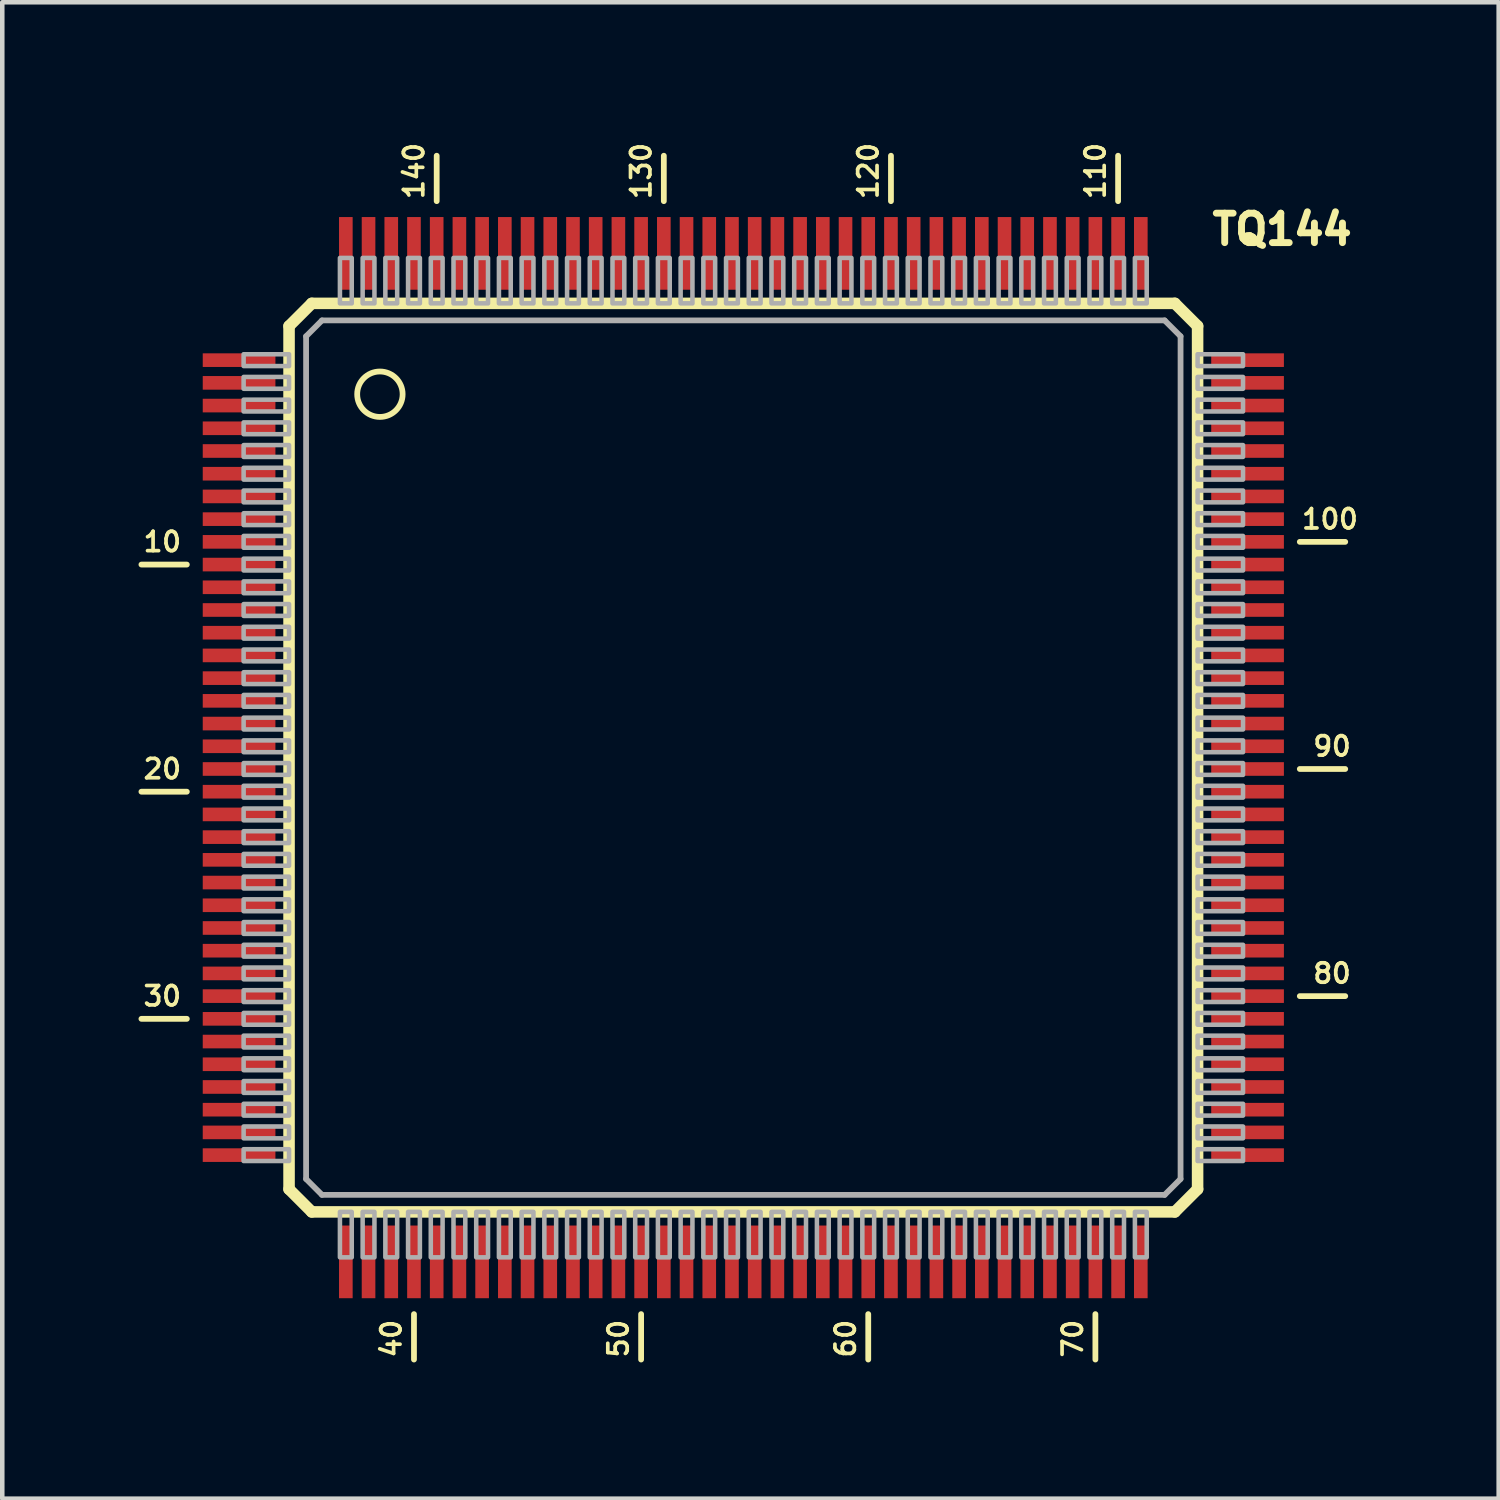
<source format=kicad_pcb>
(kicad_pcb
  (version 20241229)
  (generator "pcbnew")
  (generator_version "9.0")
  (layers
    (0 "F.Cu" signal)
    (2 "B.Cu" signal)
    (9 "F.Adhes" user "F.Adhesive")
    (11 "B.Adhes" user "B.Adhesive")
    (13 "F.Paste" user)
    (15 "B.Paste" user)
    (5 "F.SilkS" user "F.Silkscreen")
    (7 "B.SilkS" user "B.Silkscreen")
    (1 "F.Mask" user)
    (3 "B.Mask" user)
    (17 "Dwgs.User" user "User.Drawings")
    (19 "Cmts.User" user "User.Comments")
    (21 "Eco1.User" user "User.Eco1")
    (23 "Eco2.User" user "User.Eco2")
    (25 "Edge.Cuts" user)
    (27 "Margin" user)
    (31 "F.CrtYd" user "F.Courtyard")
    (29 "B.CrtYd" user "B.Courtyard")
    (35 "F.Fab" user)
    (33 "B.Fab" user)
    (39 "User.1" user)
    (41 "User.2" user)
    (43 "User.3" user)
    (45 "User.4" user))
  (footprint "TQ144"
    (layer "F.Cu")
    (at 13.313 13.628)
    (property "Reference" "TQ144" (at 10.25 -11.25 0) (layer "F.SilkS") (effects (font (size 0.648 0.648) (thickness 0.152)) (justify left bottom)))
    (fp_line (start -12.25 -4.25) (end -13.25 -4.25) (stroke (width 0.127) (type solid)) (layer "F.SilkS"))
    (fp_line (start -12.25 0.75) (end -13.25 0.75) (stroke (width 0.127) (type solid)) (layer "F.SilkS"))
    (fp_line (start -12.25 5.75) (end -13.25 5.75) (stroke (width 0.127) (type solid)) (layer "F.SilkS"))
    (fp_line (start -10 -9.5) (end -10 9.5) (stroke (width 0.254) (type solid)) (layer "F.SilkS"))
    (fp_line (start -10 9.5) (end -9.5 10) (stroke (width 0.254) (type solid)) (layer "F.SilkS"))
    (fp_line (start -9.5 -10) (end -10 -9.5) (stroke (width 0.254) (type solid)) (layer "F.SilkS"))
    (fp_line (start -9.5 10) (end 9.5 10) (stroke (width 0.254) (type solid)) (layer "F.SilkS"))
    (fp_line (start -7.25 12.25) (end -7.25 13.25) (stroke (width 0.127) (type solid)) (layer "F.SilkS"))
    (fp_line (start -6.75 -12.25) (end -6.75 -13.25) (stroke (width 0.127) (type solid)) (layer "F.SilkS"))
    (fp_line (start -2.25 12.25) (end -2.25 13.25) (stroke (width 0.127) (type solid)) (layer "F.SilkS"))
    (fp_line (start -1.75 -12.25) (end -1.75 -13.25) (stroke (width 0.127) (type solid)) (layer "F.SilkS"))
    (fp_line (start 2.75 12.25) (end 2.75 13.25) (stroke (width 0.127) (type solid)) (layer "F.SilkS"))
    (fp_line (start 3.25 -12.25) (end 3.25 -13.25) (stroke (width 0.127) (type solid)) (layer "F.SilkS"))
    (fp_line (start 7.75 12.25) (end 7.75 13.25) (stroke (width 0.127) (type solid)) (layer "F.SilkS"))
    (fp_line (start 8.25 -12.25) (end 8.25 -13.25) (stroke (width 0.127) (type solid)) (layer "F.SilkS"))
    (fp_line (start 9.5 -10) (end -9.5 -10) (stroke (width 0.254) (type solid)) (layer "F.SilkS"))
    (fp_line (start 9.5 10) (end 10 9.5) (stroke (width 0.254) (type solid)) (layer "F.SilkS"))
    (fp_line (start 10 -9.5) (end 9.5 -10) (stroke (width 0.254) (type solid)) (layer "F.SilkS"))
    (fp_line (start 10 9.5) (end 10 -9.5) (stroke (width 0.254) (type solid)) (layer "F.SilkS"))
    (fp_line (start 12.25 -4.75) (end 13.25 -4.75) (stroke (width 0.127) (type solid)) (layer "F.SilkS"))
    (fp_line (start 12.25 0.25) (end 13.25 0.25) (stroke (width 0.127) (type solid)) (layer "F.SilkS"))
    (fp_line (start 12.25 5.25) (end 13.25 5.25) (stroke (width 0.127) (type solid)) (layer "F.SilkS"))
    (fp_circle (center -8 -8) (end -7.5 -8) (stroke (width 0.127) (type solid)) (fill no) (layer "F.SilkS"))
    (fp_line (start -9.625 -9.275) (end -9.625 9.275) (stroke (width 0.127) (type solid)) (layer "F.Fab"))
    (fp_line (start -9.625 9.275) (end -9.275 9.625) (stroke (width 0.127) (type solid)) (layer "F.Fab"))
    (fp_line (start -9.275 -9.625) (end -9.625 -9.275) (stroke (width 0.127) (type solid)) (layer "F.Fab"))
    (fp_line (start -9.275 9.625) (end 9.275 9.625) (stroke (width 0.127) (type solid)) (layer "F.Fab"))
    (fp_line (start 9.275 -9.625) (end -9.275 -9.625) (stroke (width 0.127) (type solid)) (layer "F.Fab"))
    (fp_line (start 9.275 9.625) (end 9.625 9.275) (stroke (width 0.127) (type solid)) (layer "F.Fab"))
    (fp_line (start 9.625 -9.275) (end 9.275 -9.625) (stroke (width 0.127) (type solid)) (layer "F.Fab"))
    (fp_line (start 9.625 9.275) (end 9.625 -9.275) (stroke (width 0.127) (type solid)) (layer "F.Fab"))
    (fp_poly (pts (xy -11 -8.62) (xy -10 -8.62) (xy -10 -8.88) (xy -11 -8.88)) (stroke (width 0.1) (type default)) (fill no) (layer "F.Fab"))
    (fp_poly (pts (xy -11 -8.12) (xy -10 -8.12) (xy -10 -8.38) (xy -11 -8.38)) (stroke (width 0.1) (type default)) (fill no) (layer "F.Fab"))
    (fp_poly (pts (xy -11 -7.62) (xy -10 -7.62) (xy -10 -7.88) (xy -11 -7.88)) (stroke (width 0.1) (type default)) (fill no) (layer "F.Fab"))
    (fp_poly (pts (xy -11 -7.12) (xy -10 -7.12) (xy -10 -7.38) (xy -11 -7.38)) (stroke (width 0.1) (type default)) (fill no) (layer "F.Fab"))
    (fp_poly (pts (xy -11 -6.62) (xy -10 -6.62) (xy -10 -6.88) (xy -11 -6.88)) (stroke (width 0.1) (type default)) (fill no) (layer "F.Fab"))
    (fp_poly (pts (xy -11 -6.12) (xy -10 -6.12) (xy -10 -6.38) (xy -11 -6.38)) (stroke (width 0.1) (type default)) (fill no) (layer "F.Fab"))
    (fp_poly (pts (xy -11 -5.62) (xy -10 -5.62) (xy -10 -5.88) (xy -11 -5.88)) (stroke (width 0.1) (type default)) (fill no) (layer "F.Fab"))
    (fp_poly (pts (xy -11 -5.12) (xy -10 -5.12) (xy -10 -5.38) (xy -11 -5.38)) (stroke (width 0.1) (type default)) (fill no) (layer "F.Fab"))
    (fp_poly (pts (xy -11 -4.62) (xy -10 -4.62) (xy -10 -4.88) (xy -11 -4.88)) (stroke (width 0.1) (type default)) (fill no) (layer "F.Fab"))
    (fp_poly (pts (xy -11 -4.12) (xy -10 -4.12) (xy -10 -4.38) (xy -11 -4.38)) (stroke (width 0.1) (type default)) (fill no) (layer "F.Fab"))
    (fp_poly (pts (xy -11 -3.62) (xy -10 -3.62) (xy -10 -3.88) (xy -11 -3.88)) (stroke (width 0.1) (type default)) (fill no) (layer "F.Fab"))
    (fp_poly (pts (xy -11 -3.12) (xy -10 -3.12) (xy -10 -3.38) (xy -11 -3.38)) (stroke (width 0.1) (type default)) (fill no) (layer "F.Fab"))
    (fp_poly (pts (xy -11 -2.62) (xy -10 -2.62) (xy -10 -2.88) (xy -11 -2.88)) (stroke (width 0.1) (type default)) (fill no) (layer "F.Fab"))
    (fp_poly (pts (xy -11 -2.12) (xy -10 -2.12) (xy -10 -2.38) (xy -11 -2.38)) (stroke (width 0.1) (type default)) (fill no) (layer "F.Fab"))
    (fp_poly (pts (xy -11 -1.62) (xy -10 -1.62) (xy -10 -1.88) (xy -11 -1.88)) (stroke (width 0.1) (type default)) (fill no) (layer "F.Fab"))
    (fp_poly (pts (xy -11 -1.12) (xy -10 -1.12) (xy -10 -1.38) (xy -11 -1.38)) (stroke (width 0.1) (type default)) (fill no) (layer "F.Fab"))
    (fp_poly (pts (xy -11 -0.62) (xy -10 -0.62) (xy -10 -0.88) (xy -11 -0.88)) (stroke (width 0.1) (type default)) (fill no) (layer "F.Fab"))
    (fp_poly (pts (xy -11 -0.12) (xy -10 -0.12) (xy -10 -0.38) (xy -11 -0.38)) (stroke (width 0.1) (type default)) (fill no) (layer "F.Fab"))
    (fp_poly (pts (xy -11 0.38) (xy -10 0.38) (xy -10 0.12) (xy -11 0.12)) (stroke (width 0.1) (type default)) (fill no) (layer "F.Fab"))
    (fp_poly (pts (xy -11 0.88) (xy -10 0.88) (xy -10 0.62) (xy -11 0.62)) (stroke (width 0.1) (type default)) (fill no) (layer "F.Fab"))
    (fp_poly (pts (xy -11 1.38) (xy -10 1.38) (xy -10 1.12) (xy -11 1.12)) (stroke (width 0.1) (type default)) (fill no) (layer "F.Fab"))
    (fp_poly (pts (xy -11 1.88) (xy -10 1.88) (xy -10 1.62) (xy -11 1.62)) (stroke (width 0.1) (type default)) (fill no) (layer "F.Fab"))
    (fp_poly (pts (xy -11 2.38) (xy -10 2.38) (xy -10 2.12) (xy -11 2.12)) (stroke (width 0.1) (type default)) (fill no) (layer "F.Fab"))
    (fp_poly (pts (xy -11 2.88) (xy -10 2.88) (xy -10 2.62) (xy -11 2.62)) (stroke (width 0.1) (type default)) (fill no) (layer "F.Fab"))
    (fp_poly (pts (xy -11 3.38) (xy -10 3.38) (xy -10 3.12) (xy -11 3.12)) (stroke (width 0.1) (type default)) (fill no) (layer "F.Fab"))
    (fp_poly (pts (xy -11 3.88) (xy -10 3.88) (xy -10 3.62) (xy -11 3.62)) (stroke (width 0.1) (type default)) (fill no) (layer "F.Fab"))
    (fp_poly (pts (xy -11 4.38) (xy -10 4.38) (xy -10 4.12) (xy -11 4.12)) (stroke (width 0.1) (type default)) (fill no) (layer "F.Fab"))
    (fp_poly (pts (xy -11 4.88) (xy -10 4.88) (xy -10 4.62) (xy -11 4.62)) (stroke (width 0.1) (type default)) (fill no) (layer "F.Fab"))
    (fp_poly (pts (xy -11 5.38) (xy -10 5.38) (xy -10 5.12) (xy -11 5.12)) (stroke (width 0.1) (type default)) (fill no) (layer "F.Fab"))
    (fp_poly (pts (xy -11 5.88) (xy -10 5.88) (xy -10 5.62) (xy -11 5.62)) (stroke (width 0.1) (type default)) (fill no) (layer "F.Fab"))
    (fp_poly (pts (xy -11 6.38) (xy -10 6.38) (xy -10 6.12) (xy -11 6.12)) (stroke (width 0.1) (type default)) (fill no) (layer "F.Fab"))
    (fp_poly (pts (xy -11 6.88) (xy -10 6.88) (xy -10 6.62) (xy -11 6.62)) (stroke (width 0.1) (type default)) (fill no) (layer "F.Fab"))
    (fp_poly (pts (xy -11 7.38) (xy -10 7.38) (xy -10 7.12) (xy -11 7.12)) (stroke (width 0.1) (type default)) (fill no) (layer "F.Fab"))
    (fp_poly (pts (xy -11 7.88) (xy -10 7.88) (xy -10 7.62) (xy -11 7.62)) (stroke (width 0.1) (type default)) (fill no) (layer "F.Fab"))
    (fp_poly (pts (xy -11 8.38) (xy -10 8.38) (xy -10 8.12) (xy -11 8.12)) (stroke (width 0.1) (type default)) (fill no) (layer "F.Fab"))
    (fp_poly (pts (xy -11 8.88) (xy -10 8.88) (xy -10 8.62) (xy -11 8.62)) (stroke (width 0.1) (type default)) (fill no) (layer "F.Fab"))
    (fp_poly (pts (xy -8.88 -10) (xy -8.62 -10) (xy -8.62 -11) (xy -8.88 -11)) (stroke (width 0.1) (type default)) (fill no) (layer "F.Fab"))
    (fp_poly (pts (xy -8.88 11) (xy -8.62 11) (xy -8.62 10) (xy -8.88 10)) (stroke (width 0.1) (type default)) (fill no) (layer "F.Fab"))
    (fp_poly (pts (xy -8.38 -10) (xy -8.12 -10) (xy -8.12 -11) (xy -8.38 -11)) (stroke (width 0.1) (type default)) (fill no) (layer "F.Fab"))
    (fp_poly (pts (xy -8.38 11) (xy -8.12 11) (xy -8.12 10) (xy -8.38 10)) (stroke (width 0.1) (type default)) (fill no) (layer "F.Fab"))
    (fp_poly (pts (xy -7.88 -10) (xy -7.62 -10) (xy -7.62 -11) (xy -7.88 -11)) (stroke (width 0.1) (type default)) (fill no) (layer "F.Fab"))
    (fp_poly (pts (xy -7.88 11) (xy -7.62 11) (xy -7.62 10) (xy -7.88 10)) (stroke (width 0.1) (type default)) (fill no) (layer "F.Fab"))
    (fp_poly (pts (xy -7.38 -10) (xy -7.12 -10) (xy -7.12 -11) (xy -7.38 -11)) (stroke (width 0.1) (type default)) (fill no) (layer "F.Fab"))
    (fp_poly (pts (xy -7.38 11) (xy -7.12 11) (xy -7.12 10) (xy -7.38 10)) (stroke (width 0.1) (type default)) (fill no) (layer "F.Fab"))
    (fp_poly (pts (xy -6.88 -10) (xy -6.62 -10) (xy -6.62 -11) (xy -6.88 -11)) (stroke (width 0.1) (type default)) (fill no) (layer "F.Fab"))
    (fp_poly (pts (xy -6.88 11) (xy -6.62 11) (xy -6.62 10) (xy -6.88 10)) (stroke (width 0.1) (type default)) (fill no) (layer "F.Fab"))
    (fp_poly (pts (xy -6.38 -10) (xy -6.12 -10) (xy -6.12 -11) (xy -6.38 -11)) (stroke (width 0.1) (type default)) (fill no) (layer "F.Fab"))
    (fp_poly (pts (xy -6.38 11) (xy -6.12 11) (xy -6.12 10) (xy -6.38 10)) (stroke (width 0.1) (type default)) (fill no) (layer "F.Fab"))
    (fp_poly (pts (xy -5.88 -10) (xy -5.62 -10) (xy -5.62 -11) (xy -5.88 -11)) (stroke (width 0.1) (type default)) (fill no) (layer "F.Fab"))
    (fp_poly (pts (xy -5.88 11) (xy -5.62 11) (xy -5.62 10) (xy -5.88 10)) (stroke (width 0.1) (type default)) (fill no) (layer "F.Fab"))
    (fp_poly (pts (xy -5.38 -10) (xy -5.12 -10) (xy -5.12 -11) (xy -5.38 -11)) (stroke (width 0.1) (type default)) (fill no) (layer "F.Fab"))
    (fp_poly (pts (xy -5.38 11) (xy -5.12 11) (xy -5.12 10) (xy -5.38 10)) (stroke (width 0.1) (type default)) (fill no) (layer "F.Fab"))
    (fp_poly (pts (xy -4.88 -10) (xy -4.62 -10) (xy -4.62 -11) (xy -4.88 -11)) (stroke (width 0.1) (type default)) (fill no) (layer "F.Fab"))
    (fp_poly (pts (xy -4.88 11) (xy -4.62 11) (xy -4.62 10) (xy -4.88 10)) (stroke (width 0.1) (type default)) (fill no) (layer "F.Fab"))
    (fp_poly (pts (xy -4.38 -10) (xy -4.12 -10) (xy -4.12 -11) (xy -4.38 -11)) (stroke (width 0.1) (type default)) (fill no) (layer "F.Fab"))
    (fp_poly (pts (xy -4.38 11) (xy -4.12 11) (xy -4.12 10) (xy -4.38 10)) (stroke (width 0.1) (type default)) (fill no) (layer "F.Fab"))
    (fp_poly (pts (xy -3.88 -10) (xy -3.62 -10) (xy -3.62 -11) (xy -3.88 -11)) (stroke (width 0.1) (type default)) (fill no) (layer "F.Fab"))
    (fp_poly (pts (xy -3.88 11) (xy -3.62 11) (xy -3.62 10) (xy -3.88 10)) (stroke (width 0.1) (type default)) (fill no) (layer "F.Fab"))
    (fp_poly (pts (xy -3.38 -10) (xy -3.12 -10) (xy -3.12 -11) (xy -3.38 -11)) (stroke (width 0.1) (type default)) (fill no) (layer "F.Fab"))
    (fp_poly (pts (xy -3.38 11) (xy -3.12 11) (xy -3.12 10) (xy -3.38 10)) (stroke (width 0.1) (type default)) (fill no) (layer "F.Fab"))
    (fp_poly (pts (xy -2.88 -10) (xy -2.62 -10) (xy -2.62 -11) (xy -2.88 -11)) (stroke (width 0.1) (type default)) (fill no) (layer "F.Fab"))
    (fp_poly (pts (xy -2.88 11) (xy -2.62 11) (xy -2.62 10) (xy -2.88 10)) (stroke (width 0.1) (type default)) (fill no) (layer "F.Fab"))
    (fp_poly (pts (xy -2.38 -10) (xy -2.12 -10) (xy -2.12 -11) (xy -2.38 -11)) (stroke (width 0.1) (type default)) (fill no) (layer "F.Fab"))
    (fp_poly (pts (xy -2.38 11) (xy -2.12 11) (xy -2.12 10) (xy -2.38 10)) (stroke (width 0.1) (type default)) (fill no) (layer "F.Fab"))
    (fp_poly (pts (xy -1.88 -10) (xy -1.62 -10) (xy -1.62 -11) (xy -1.88 -11)) (stroke (width 0.1) (type default)) (fill no) (layer "F.Fab"))
    (fp_poly (pts (xy -1.88 11) (xy -1.62 11) (xy -1.62 10) (xy -1.88 10)) (stroke (width 0.1) (type default)) (fill no) (layer "F.Fab"))
    (fp_poly (pts (xy -1.38 -10) (xy -1.12 -10) (xy -1.12 -11) (xy -1.38 -11)) (stroke (width 0.1) (type default)) (fill no) (layer "F.Fab"))
    (fp_poly (pts (xy -1.38 11) (xy -1.12 11) (xy -1.12 10) (xy -1.38 10)) (stroke (width 0.1) (type default)) (fill no) (layer "F.Fab"))
    (fp_poly (pts (xy -0.88 -10) (xy -0.62 -10) (xy -0.62 -11) (xy -0.88 -11)) (stroke (width 0.1) (type default)) (fill no) (layer "F.Fab"))
    (fp_poly (pts (xy -0.88 11) (xy -0.62 11) (xy -0.62 10) (xy -0.88 10)) (stroke (width 0.1) (type default)) (fill no) (layer "F.Fab"))
    (fp_poly (pts (xy -0.38 -10) (xy -0.12 -10) (xy -0.12 -11) (xy -0.38 -11)) (stroke (width 0.1) (type default)) (fill no) (layer "F.Fab"))
    (fp_poly (pts (xy -0.38 11) (xy -0.12 11) (xy -0.12 10) (xy -0.38 10)) (stroke (width 0.1) (type default)) (fill no) (layer "F.Fab"))
    (fp_poly (pts (xy 0.12 -10) (xy 0.38 -10) (xy 0.38 -11) (xy 0.12 -11)) (stroke (width 0.1) (type default)) (fill no) (layer "F.Fab"))
    (fp_poly (pts (xy 0.12 11) (xy 0.38 11) (xy 0.38 10) (xy 0.12 10)) (stroke (width 0.1) (type default)) (fill no) (layer "F.Fab"))
    (fp_poly (pts (xy 0.62 -10) (xy 0.88 -10) (xy 0.88 -11) (xy 0.62 -11)) (stroke (width 0.1) (type default)) (fill no) (layer "F.Fab"))
    (fp_poly (pts (xy 0.62 11) (xy 0.88 11) (xy 0.88 10) (xy 0.62 10)) (stroke (width 0.1) (type default)) (fill no) (layer "F.Fab"))
    (fp_poly (pts (xy 1.12 -10) (xy 1.38 -10) (xy 1.38 -11) (xy 1.12 -11)) (stroke (width 0.1) (type default)) (fill no) (layer "F.Fab"))
    (fp_poly (pts (xy 1.12 11) (xy 1.38 11) (xy 1.38 10) (xy 1.12 10)) (stroke (width 0.1) (type default)) (fill no) (layer "F.Fab"))
    (fp_poly (pts (xy 1.62 -10) (xy 1.88 -10) (xy 1.88 -11) (xy 1.62 -11)) (stroke (width 0.1) (type default)) (fill no) (layer "F.Fab"))
    (fp_poly (pts (xy 1.62 11) (xy 1.88 11) (xy 1.88 10) (xy 1.62 10)) (stroke (width 0.1) (type default)) (fill no) (layer "F.Fab"))
    (fp_poly (pts (xy 2.12 -10) (xy 2.38 -10) (xy 2.38 -11) (xy 2.12 -11)) (stroke (width 0.1) (type default)) (fill no) (layer "F.Fab"))
    (fp_poly (pts (xy 2.12 11) (xy 2.38 11) (xy 2.38 10) (xy 2.12 10)) (stroke (width 0.1) (type default)) (fill no) (layer "F.Fab"))
    (fp_poly (pts (xy 2.62 -10) (xy 2.88 -10) (xy 2.88 -11) (xy 2.62 -11)) (stroke (width 0.1) (type default)) (fill no) (layer "F.Fab"))
    (fp_poly (pts (xy 2.62 11) (xy 2.88 11) (xy 2.88 10) (xy 2.62 10)) (stroke (width 0.1) (type default)) (fill no) (layer "F.Fab"))
    (fp_poly (pts (xy 3.12 -10) (xy 3.38 -10) (xy 3.38 -11) (xy 3.12 -11)) (stroke (width 0.1) (type default)) (fill no) (layer "F.Fab"))
    (fp_poly (pts (xy 3.12 11) (xy 3.38 11) (xy 3.38 10) (xy 3.12 10)) (stroke (width 0.1) (type default)) (fill no) (layer "F.Fab"))
    (fp_poly (pts (xy 3.62 -10) (xy 3.88 -10) (xy 3.88 -11) (xy 3.62 -11)) (stroke (width 0.1) (type default)) (fill no) (layer "F.Fab"))
    (fp_poly (pts (xy 3.62 11) (xy 3.88 11) (xy 3.88 10) (xy 3.62 10)) (stroke (width 0.1) (type default)) (fill no) (layer "F.Fab"))
    (fp_poly (pts (xy 4.12 -10) (xy 4.38 -10) (xy 4.38 -11) (xy 4.12 -11)) (stroke (width 0.1) (type default)) (fill no) (layer "F.Fab"))
    (fp_poly (pts (xy 4.12 11) (xy 4.38 11) (xy 4.38 10) (xy 4.12 10)) (stroke (width 0.1) (type default)) (fill no) (layer "F.Fab"))
    (fp_poly (pts (xy 4.62 -10) (xy 4.88 -10) (xy 4.88 -11) (xy 4.62 -11)) (stroke (width 0.1) (type default)) (fill no) (layer "F.Fab"))
    (fp_poly (pts (xy 4.62 11) (xy 4.88 11) (xy 4.88 10) (xy 4.62 10)) (stroke (width 0.1) (type default)) (fill no) (layer "F.Fab"))
    (fp_poly (pts (xy 5.12 -10) (xy 5.38 -10) (xy 5.38 -11) (xy 5.12 -11)) (stroke (width 0.1) (type default)) (fill no) (layer "F.Fab"))
    (fp_poly (pts (xy 5.12 11) (xy 5.38 11) (xy 5.38 10) (xy 5.12 10)) (stroke (width 0.1) (type default)) (fill no) (layer "F.Fab"))
    (fp_poly (pts (xy 5.62 -10) (xy 5.88 -10) (xy 5.88 -11) (xy 5.62 -11)) (stroke (width 0.1) (type default)) (fill no) (layer "F.Fab"))
    (fp_poly (pts (xy 5.62 11) (xy 5.88 11) (xy 5.88 10) (xy 5.62 10)) (stroke (width 0.1) (type default)) (fill no) (layer "F.Fab"))
    (fp_poly (pts (xy 6.12 -10) (xy 6.38 -10) (xy 6.38 -11) (xy 6.12 -11)) (stroke (width 0.1) (type default)) (fill no) (layer "F.Fab"))
    (fp_poly (pts (xy 6.12 11) (xy 6.38 11) (xy 6.38 10) (xy 6.12 10)) (stroke (width 0.1) (type default)) (fill no) (layer "F.Fab"))
    (fp_poly (pts (xy 6.62 -10) (xy 6.88 -10) (xy 6.88 -11) (xy 6.62 -11)) (stroke (width 0.1) (type default)) (fill no) (layer "F.Fab"))
    (fp_poly (pts (xy 6.62 11) (xy 6.88 11) (xy 6.88 10) (xy 6.62 10)) (stroke (width 0.1) (type default)) (fill no) (layer "F.Fab"))
    (fp_poly (pts (xy 7.12 -10) (xy 7.38 -10) (xy 7.38 -11) (xy 7.12 -11)) (stroke (width 0.1) (type default)) (fill no) (layer "F.Fab"))
    (fp_poly (pts (xy 7.12 11) (xy 7.38 11) (xy 7.38 10) (xy 7.12 10)) (stroke (width 0.1) (type default)) (fill no) (layer "F.Fab"))
    (fp_poly (pts (xy 7.62 -10) (xy 7.88 -10) (xy 7.88 -11) (xy 7.62 -11)) (stroke (width 0.1) (type default)) (fill no) (layer "F.Fab"))
    (fp_poly (pts (xy 7.62 11) (xy 7.88 11) (xy 7.88 10) (xy 7.62 10)) (stroke (width 0.1) (type default)) (fill no) (layer "F.Fab"))
    (fp_poly (pts (xy 8.12 -10) (xy 8.38 -10) (xy 8.38 -11) (xy 8.12 -11)) (stroke (width 0.1) (type default)) (fill no) (layer "F.Fab"))
    (fp_poly (pts (xy 8.12 11) (xy 8.38 11) (xy 8.38 10) (xy 8.12 10)) (stroke (width 0.1) (type default)) (fill no) (layer "F.Fab"))
    (fp_poly (pts (xy 8.62 -10) (xy 8.88 -10) (xy 8.88 -11) (xy 8.62 -11)) (stroke (width 0.1) (type default)) (fill no) (layer "F.Fab"))
    (fp_poly (pts (xy 8.62 11) (xy 8.88 11) (xy 8.88 10) (xy 8.62 10)) (stroke (width 0.1) (type default)) (fill no) (layer "F.Fab"))
    (fp_poly (pts (xy 10 -8.62) (xy 11 -8.62) (xy 11 -8.88) (xy 10 -8.88)) (stroke (width 0.1) (type default)) (fill no) (layer "F.Fab"))
    (fp_poly (pts (xy 10 -8.12) (xy 11 -8.12) (xy 11 -8.38) (xy 10 -8.38)) (stroke (width 0.1) (type default)) (fill no) (layer "F.Fab"))
    (fp_poly (pts (xy 10 -7.62) (xy 11 -7.62) (xy 11 -7.88) (xy 10 -7.88)) (stroke (width 0.1) (type default)) (fill no) (layer "F.Fab"))
    (fp_poly (pts (xy 10 -7.12) (xy 11 -7.12) (xy 11 -7.38) (xy 10 -7.38)) (stroke (width 0.1) (type default)) (fill no) (layer "F.Fab"))
    (fp_poly (pts (xy 10 -6.62) (xy 11 -6.62) (xy 11 -6.88) (xy 10 -6.88)) (stroke (width 0.1) (type default)) (fill no) (layer "F.Fab"))
    (fp_poly (pts (xy 10 -6.12) (xy 11 -6.12) (xy 11 -6.38) (xy 10 -6.38)) (stroke (width 0.1) (type default)) (fill no) (layer "F.Fab"))
    (fp_poly (pts (xy 10 -5.62) (xy 11 -5.62) (xy 11 -5.88) (xy 10 -5.88)) (stroke (width 0.1) (type default)) (fill no) (layer "F.Fab"))
    (fp_poly (pts (xy 10 -5.12) (xy 11 -5.12) (xy 11 -5.38) (xy 10 -5.38)) (stroke (width 0.1) (type default)) (fill no) (layer "F.Fab"))
    (fp_poly (pts (xy 10 -4.62) (xy 11 -4.62) (xy 11 -4.88) (xy 10 -4.88)) (stroke (width 0.1) (type default)) (fill no) (layer "F.Fab"))
    (fp_poly (pts (xy 10 -4.12) (xy 11 -4.12) (xy 11 -4.38) (xy 10 -4.38)) (stroke (width 0.1) (type default)) (fill no) (layer "F.Fab"))
    (fp_poly (pts (xy 10 -3.62) (xy 11 -3.62) (xy 11 -3.88) (xy 10 -3.88)) (stroke (width 0.1) (type default)) (fill no) (layer "F.Fab"))
    (fp_poly (pts (xy 10 -3.12) (xy 11 -3.12) (xy 11 -3.38) (xy 10 -3.38)) (stroke (width 0.1) (type default)) (fill no) (layer "F.Fab"))
    (fp_poly (pts (xy 10 -2.62) (xy 11 -2.62) (xy 11 -2.88) (xy 10 -2.88)) (stroke (width 0.1) (type default)) (fill no) (layer "F.Fab"))
    (fp_poly (pts (xy 10 -2.12) (xy 11 -2.12) (xy 11 -2.38) (xy 10 -2.38)) (stroke (width 0.1) (type default)) (fill no) (layer "F.Fab"))
    (fp_poly (pts (xy 10 -1.62) (xy 11 -1.62) (xy 11 -1.88) (xy 10 -1.88)) (stroke (width 0.1) (type default)) (fill no) (layer "F.Fab"))
    (fp_poly (pts (xy 10 -1.12) (xy 11 -1.12) (xy 11 -1.38) (xy 10 -1.38)) (stroke (width 0.1) (type default)) (fill no) (layer "F.Fab"))
    (fp_poly (pts (xy 10 -0.62) (xy 11 -0.62) (xy 11 -0.88) (xy 10 -0.88)) (stroke (width 0.1) (type default)) (fill no) (layer "F.Fab"))
    (fp_poly (pts (xy 10 -0.12) (xy 11 -0.12) (xy 11 -0.38) (xy 10 -0.38)) (stroke (width 0.1) (type default)) (fill no) (layer "F.Fab"))
    (fp_poly (pts (xy 10 0.38) (xy 11 0.38) (xy 11 0.12) (xy 10 0.12)) (stroke (width 0.1) (type default)) (fill no) (layer "F.Fab"))
    (fp_poly (pts (xy 10 0.88) (xy 11 0.88) (xy 11 0.62) (xy 10 0.62)) (stroke (width 0.1) (type default)) (fill no) (layer "F.Fab"))
    (fp_poly (pts (xy 10 1.38) (xy 11 1.38) (xy 11 1.12) (xy 10 1.12)) (stroke (width 0.1) (type default)) (fill no) (layer "F.Fab"))
    (fp_poly (pts (xy 10 1.88) (xy 11 1.88) (xy 11 1.62) (xy 10 1.62)) (stroke (width 0.1) (type default)) (fill no) (layer "F.Fab"))
    (fp_poly (pts (xy 10 2.38) (xy 11 2.38) (xy 11 2.12) (xy 10 2.12)) (stroke (width 0.1) (type default)) (fill no) (layer "F.Fab"))
    (fp_poly (pts (xy 10 2.88) (xy 11 2.88) (xy 11 2.62) (xy 10 2.62)) (stroke (width 0.1) (type default)) (fill no) (layer "F.Fab"))
    (fp_poly (pts (xy 10 3.38) (xy 11 3.38) (xy 11 3.12) (xy 10 3.12)) (stroke (width 0.1) (type default)) (fill no) (layer "F.Fab"))
    (fp_poly (pts (xy 10 3.88) (xy 11 3.88) (xy 11 3.62) (xy 10 3.62)) (stroke (width 0.1) (type default)) (fill no) (layer "F.Fab"))
    (fp_poly (pts (xy 10 4.38) (xy 11 4.38) (xy 11 4.12) (xy 10 4.12)) (stroke (width 0.1) (type default)) (fill no) (layer "F.Fab"))
    (fp_poly (pts (xy 10 4.88) (xy 11 4.88) (xy 11 4.62) (xy 10 4.62)) (stroke (width 0.1) (type default)) (fill no) (layer "F.Fab"))
    (fp_poly (pts (xy 10 5.38) (xy 11 5.38) (xy 11 5.12) (xy 10 5.12)) (stroke (width 0.1) (type default)) (fill no) (layer "F.Fab"))
    (fp_poly (pts (xy 10 5.88) (xy 11 5.88) (xy 11 5.62) (xy 10 5.62)) (stroke (width 0.1) (type default)) (fill no) (layer "F.Fab"))
    (fp_poly (pts (xy 10 6.38) (xy 11 6.38) (xy 11 6.12) (xy 10 6.12)) (stroke (width 0.1) (type default)) (fill no) (layer "F.Fab"))
    (fp_poly (pts (xy 10 6.88) (xy 11 6.88) (xy 11 6.62) (xy 10 6.62)) (stroke (width 0.1) (type default)) (fill no) (layer "F.Fab"))
    (fp_poly (pts (xy 10 7.38) (xy 11 7.38) (xy 11 7.12) (xy 10 7.12)) (stroke (width 0.1) (type default)) (fill no) (layer "F.Fab"))
    (fp_poly (pts (xy 10 7.88) (xy 11 7.88) (xy 11 7.62) (xy 10 7.62)) (stroke (width 0.1) (type default)) (fill no) (layer "F.Fab"))
    (fp_poly (pts (xy 10 8.38) (xy 11 8.38) (xy 11 8.12) (xy 10 8.12)) (stroke (width 0.1) (type default)) (fill no) (layer "F.Fab"))
    (fp_poly (pts (xy 10 8.88) (xy 11 8.88) (xy 11 8.62) (xy 10 8.62)) (stroke (width 0.1) (type default)) (fill no) (layer "F.Fab"))
    (fp_text user "140" (at -7 -12.25 90) (layer "F.SilkS") (effects (font (size 0.427 0.427) (thickness 0.081)) (justify left bottom)))
    (fp_text user "30" (at -13.25 5.5 0) (layer "F.SilkS") (effects (font (size 0.427 0.427) (thickness 0.081)) (justify left bottom)))
    (fp_text user "100" (at 12.25 -5 0) (layer "F.SilkS") (effects (font (size 0.427 0.427) (thickness 0.081)) (justify left bottom)))
    (fp_text user "10" (at -13.25 -4.5 0) (layer "F.SilkS") (effects (font (size 0.427 0.427) (thickness 0.081)) (justify left bottom)))
    (fp_text user "20" (at -13.25 0.5 0) (layer "F.SilkS") (effects (font (size 0.427 0.427) (thickness 0.081)) (justify left bottom)))
    (fp_text user "120" (at 3 -12.25 90) (layer "F.SilkS") (effects (font (size 0.427 0.427) (thickness 0.081)) (justify left bottom)))
    (fp_text user "50" (at -2.5 13.25 90) (layer "F.SilkS") (effects (font (size 0.427 0.427) (thickness 0.081)) (justify left bottom)))
    (fp_text user "80" (at 12.5 5 0) (layer "F.SilkS") (effects (font (size 0.427 0.427) (thickness 0.081)) (justify left bottom)))
    (fp_text user "40" (at -7.5 13.25 90) (layer "F.SilkS") (effects (font (size 0.427 0.427) (thickness 0.081)) (justify left bottom)))
    (fp_text user "60" (at 2.5 13.25 90) (layer "F.SilkS") (effects (font (size 0.427 0.427) (thickness 0.081)) (justify left bottom)))
    (fp_text user "70" (at 7.5 13.25 90) (layer "F.SilkS") (effects (font (size 0.427 0.427) (thickness 0.081)) (justify left bottom)))
    (fp_text user "130" (at -2 -12.25 90) (layer "F.SilkS") (effects (font (size 0.427 0.427) (thickness 0.081)) (justify left bottom)))
    (fp_text user "110" (at 8 -12.25 90) (layer "F.SilkS") (effects (font (size 0.427 0.427) (thickness 0.081)) (justify left bottom)))
    (fp_text user "90" (at 12.5 0 0) (layer "F.SilkS") (effects (font (size 0.427 0.427) (thickness 0.081)) (justify left bottom)))
    (pad "P1" smd rect (at -11.1 -8.75) (size 1.6 0.3) (layers "F.Cu" "F.Mask" "F.Paste"))
    (pad "P2" smd rect (at -11.1 -8.25) (size 1.6 0.3) (layers "F.Cu" "F.Mask" "F.Paste"))
    (pad "P3" smd rect (at -11.1 -7.75) (size 1.6 0.3) (layers "F.Cu" "F.Mask" "F.Paste"))
    (pad "P4" smd rect (at -11.1 -7.25) (size 1.6 0.3) (layers "F.Cu" "F.Mask" "F.Paste"))
    (pad "P5" smd rect (at -11.1 -6.75) (size 1.6 0.3) (layers "F.Cu" "F.Mask" "F.Paste"))
    (pad "P6" smd rect (at -11.1 -6.25) (size 1.6 0.3) (layers "F.Cu" "F.Mask" "F.Paste"))
    (pad "P7" smd rect (at -11.1 -5.75) (size 1.6 0.3) (layers "F.Cu" "F.Mask" "F.Paste"))
    (pad "P8" smd rect (at -11.1 -5.25) (size 1.6 0.3) (layers "F.Cu" "F.Mask" "F.Paste"))
    (pad "P9" smd rect (at -11.1 -4.75) (size 1.6 0.3) (layers "F.Cu" "F.Mask" "F.Paste"))
    (pad "P10" smd rect (at -11.1 -4.25) (size 1.6 0.3) (layers "F.Cu" "F.Mask" "F.Paste"))
    (pad "P11" smd rect (at -11.1 -3.75) (size 1.6 0.3) (layers "F.Cu" "F.Mask" "F.Paste"))
    (pad "P12" smd rect (at -11.1 -3.25) (size 1.6 0.3) (layers "F.Cu" "F.Mask" "F.Paste"))
    (pad "P13" smd rect (at -11.1 -2.75) (size 1.6 0.3) (layers "F.Cu" "F.Mask" "F.Paste"))
    (pad "P14" smd rect (at -11.1 -2.25) (size 1.6 0.3) (layers "F.Cu" "F.Mask" "F.Paste"))
    (pad "P15" smd rect (at -11.1 -1.75) (size 1.6 0.3) (layers "F.Cu" "F.Mask" "F.Paste"))
    (pad "P16" smd rect (at -11.1 -1.25) (size 1.6 0.3) (layers "F.Cu" "F.Mask" "F.Paste"))
    (pad "P17" smd rect (at -11.1 -0.75) (size 1.6 0.3) (layers "F.Cu" "F.Mask" "F.Paste"))
    (pad "P18" smd rect (at -11.1 -0.25) (size 1.6 0.3) (layers "F.Cu" "F.Mask" "F.Paste"))
    (pad "P19" smd rect (at -11.1 0.25) (size 1.6 0.3) (layers "F.Cu" "F.Mask" "F.Paste"))
    (pad "P20" smd rect (at -11.1 0.75) (size 1.6 0.3) (layers "F.Cu" "F.Mask" "F.Paste"))
    (pad "P21" smd rect (at -11.1 1.25) (size 1.6 0.3) (layers "F.Cu" "F.Mask" "F.Paste"))
    (pad "P22" smd rect (at -11.1 1.75) (size 1.6 0.3) (layers "F.Cu" "F.Mask" "F.Paste"))
    (pad "P23" smd rect (at -11.1 2.25) (size 1.6 0.3) (layers "F.Cu" "F.Mask" "F.Paste"))
    (pad "P24" smd rect (at -11.1 2.75) (size 1.6 0.3) (layers "F.Cu" "F.Mask" "F.Paste"))
    (pad "P25" smd rect (at -11.1 3.25) (size 1.6 0.3) (layers "F.Cu" "F.Mask" "F.Paste"))
    (pad "P26" smd rect (at -11.1 3.75) (size 1.6 0.3) (layers "F.Cu" "F.Mask" "F.Paste"))
    (pad "P27" smd rect (at -11.1 4.25) (size 1.6 0.3) (layers "F.Cu" "F.Mask" "F.Paste"))
    (pad "P28" smd rect (at -11.1 4.75) (size 1.6 0.3) (layers "F.Cu" "F.Mask" "F.Paste"))
    (pad "P29" smd rect (at -11.1 5.25) (size 1.6 0.3) (layers "F.Cu" "F.Mask" "F.Paste"))
    (pad "P30" smd rect (at -11.1 5.75) (size 1.6 0.3) (layers "F.Cu" "F.Mask" "F.Paste"))
    (pad "P31" smd rect (at -11.1 6.25) (size 1.6 0.3) (layers "F.Cu" "F.Mask" "F.Paste"))
    (pad "P32" smd rect (at -11.1 6.75) (size 1.6 0.3) (layers "F.Cu" "F.Mask" "F.Paste"))
    (pad "P33" smd rect (at -11.1 7.25) (size 1.6 0.3) (layers "F.Cu" "F.Mask" "F.Paste"))
    (pad "P34" smd rect (at -11.1 7.75) (size 1.6 0.3) (layers "F.Cu" "F.Mask" "F.Paste"))
    (pad "P35" smd rect (at -11.1 8.25) (size 1.6 0.3) (layers "F.Cu" "F.Mask" "F.Paste"))
    (pad "P36" smd rect (at -11.1 8.75) (size 1.6 0.3) (layers "F.Cu" "F.Mask" "F.Paste"))
    (pad "P37" smd rect (at -8.75 11.1 90) (size 1.6 0.3) (layers "F.Cu" "F.Mask" "F.Paste"))
    (pad "P38" smd rect (at -8.25 11.1 90) (size 1.6 0.3) (layers "F.Cu" "F.Mask" "F.Paste"))
    (pad "P39" smd rect (at -7.75 11.1 90) (size 1.6 0.3) (layers "F.Cu" "F.Mask" "F.Paste"))
    (pad "P40" smd rect (at -7.25 11.1 90) (size 1.6 0.3) (layers "F.Cu" "F.Mask" "F.Paste"))
    (pad "P41" smd rect (at -6.75 11.1 90) (size 1.6 0.3) (layers "F.Cu" "F.Mask" "F.Paste"))
    (pad "P42" smd rect (at -6.25 11.1 90) (size 1.6 0.3) (layers "F.Cu" "F.Mask" "F.Paste"))
    (pad "P43" smd rect (at -5.75 11.1 90) (size 1.6 0.3) (layers "F.Cu" "F.Mask" "F.Paste"))
    (pad "P44" smd rect (at -5.25 11.1 90) (size 1.6 0.3) (layers "F.Cu" "F.Mask" "F.Paste"))
    (pad "P45" smd rect (at -4.75 11.1 90) (size 1.6 0.3) (layers "F.Cu" "F.Mask" "F.Paste"))
    (pad "P46" smd rect (at -4.25 11.1 90) (size 1.6 0.3) (layers "F.Cu" "F.Mask" "F.Paste"))
    (pad "P47" smd rect (at -3.75 11.1 90) (size 1.6 0.3) (layers "F.Cu" "F.Mask" "F.Paste"))
    (pad "P48" smd rect (at -3.25 11.1 90) (size 1.6 0.3) (layers "F.Cu" "F.Mask" "F.Paste"))
    (pad "P49" smd rect (at -2.75 11.1 90) (size 1.6 0.3) (layers "F.Cu" "F.Mask" "F.Paste"))
    (pad "P50" smd rect (at -2.25 11.1 90) (size 1.6 0.3) (layers "F.Cu" "F.Mask" "F.Paste"))
    (pad "P51" smd rect (at -1.75 11.1 90) (size 1.6 0.3) (layers "F.Cu" "F.Mask" "F.Paste"))
    (pad "P52" smd rect (at -1.25 11.1 90) (size 1.6 0.3) (layers "F.Cu" "F.Mask" "F.Paste"))
    (pad "P53" smd rect (at -0.75 11.1 90) (size 1.6 0.3) (layers "F.Cu" "F.Mask" "F.Paste"))
    (pad "P54" smd rect (at -0.25 11.1 90) (size 1.6 0.3) (layers "F.Cu" "F.Mask" "F.Paste"))
    (pad "P55" smd rect (at 0.25 11.1 90) (size 1.6 0.3) (layers "F.Cu" "F.Mask" "F.Paste"))
    (pad "P56" smd rect (at 0.75 11.1 90) (size 1.6 0.3) (layers "F.Cu" "F.Mask" "F.Paste"))
    (pad "P57" smd rect (at 1.25 11.1 90) (size 1.6 0.3) (layers "F.Cu" "F.Mask" "F.Paste"))
    (pad "P58" smd rect (at 1.75 11.1 90) (size 1.6 0.3) (layers "F.Cu" "F.Mask" "F.Paste"))
    (pad "P59" smd rect (at 2.25 11.1 90) (size 1.6 0.3) (layers "F.Cu" "F.Mask" "F.Paste"))
    (pad "P60" smd rect (at 2.75 11.1 90) (size 1.6 0.3) (layers "F.Cu" "F.Mask" "F.Paste"))
    (pad "P61" smd rect (at 3.25 11.1 90) (size 1.6 0.3) (layers "F.Cu" "F.Mask" "F.Paste"))
    (pad "P62" smd rect (at 3.75 11.1 90) (size 1.6 0.3) (layers "F.Cu" "F.Mask" "F.Paste"))
    (pad "P63" smd rect (at 4.25 11.1 90) (size 1.6 0.3) (layers "F.Cu" "F.Mask" "F.Paste"))
    (pad "P64" smd rect (at 4.75 11.1 90) (size 1.6 0.3) (layers "F.Cu" "F.Mask" "F.Paste"))
    (pad "P65" smd rect (at 5.25 11.1 90) (size 1.6 0.3) (layers "F.Cu" "F.Mask" "F.Paste"))
    (pad "P66" smd rect (at 5.75 11.1 90) (size 1.6 0.3) (layers "F.Cu" "F.Mask" "F.Paste"))
    (pad "P67" smd rect (at 6.25 11.1 90) (size 1.6 0.3) (layers "F.Cu" "F.Mask" "F.Paste"))
    (pad "P68" smd rect (at 6.75 11.1 90) (size 1.6 0.3) (layers "F.Cu" "F.Mask" "F.Paste"))
    (pad "P69" smd rect (at 7.25 11.1 90) (size 1.6 0.3) (layers "F.Cu" "F.Mask" "F.Paste"))
    (pad "P70" smd rect (at 7.75 11.1 90) (size 1.6 0.3) (layers "F.Cu" "F.Mask" "F.Paste"))
    (pad "P71" smd rect (at 8.25 11.1 90) (size 1.6 0.3) (layers "F.Cu" "F.Mask" "F.Paste"))
    (pad "P72" smd rect (at 8.75 11.1 90) (size 1.6 0.3) (layers "F.Cu" "F.Mask" "F.Paste"))
    (pad "P73" smd rect (at 11.1 8.75) (size 1.6 0.3) (layers "F.Cu" "F.Mask" "F.Paste"))
    (pad "P74" smd rect (at 11.1 8.25) (size 1.6 0.3) (layers "F.Cu" "F.Mask" "F.Paste"))
    (pad "P75" smd rect (at 11.1 7.75) (size 1.6 0.3) (layers "F.Cu" "F.Mask" "F.Paste"))
    (pad "P76" smd rect (at 11.1 7.25) (size 1.6 0.3) (layers "F.Cu" "F.Mask" "F.Paste"))
    (pad "P77" smd rect (at 11.1 6.75) (size 1.6 0.3) (layers "F.Cu" "F.Mask" "F.Paste"))
    (pad "P78" smd rect (at 11.1 6.25) (size 1.6 0.3) (layers "F.Cu" "F.Mask" "F.Paste"))
    (pad "P79" smd rect (at 11.1 5.75) (size 1.6 0.3) (layers "F.Cu" "F.Mask" "F.Paste"))
    (pad "P80" smd rect (at 11.1 5.25) (size 1.6 0.3) (layers "F.Cu" "F.Mask" "F.Paste"))
    (pad "P81" smd rect (at 11.1 4.75) (size 1.6 0.3) (layers "F.Cu" "F.Mask" "F.Paste"))
    (pad "P82" smd rect (at 11.1 4.25) (size 1.6 0.3) (layers "F.Cu" "F.Mask" "F.Paste"))
    (pad "P83" smd rect (at 11.1 3.75) (size 1.6 0.3) (layers "F.Cu" "F.Mask" "F.Paste"))
    (pad "P84" smd rect (at 11.1 3.25) (size 1.6 0.3) (layers "F.Cu" "F.Mask" "F.Paste"))
    (pad "P85" smd rect (at 11.1 2.75) (size 1.6 0.3) (layers "F.Cu" "F.Mask" "F.Paste"))
    (pad "P86" smd rect (at 11.1 2.25) (size 1.6 0.3) (layers "F.Cu" "F.Mask" "F.Paste"))
    (pad "P87" smd rect (at 11.1 1.75) (size 1.6 0.3) (layers "F.Cu" "F.Mask" "F.Paste"))
    (pad "P88" smd rect (at 11.1 1.25) (size 1.6 0.3) (layers "F.Cu" "F.Mask" "F.Paste"))
    (pad "P89" smd rect (at 11.1 0.75) (size 1.6 0.3) (layers "F.Cu" "F.Mask" "F.Paste"))
    (pad "P90" smd rect (at 11.1 0.25) (size 1.6 0.3) (layers "F.Cu" "F.Mask" "F.Paste"))
    (pad "P91" smd rect (at 11.1 -0.25) (size 1.6 0.3) (layers "F.Cu" "F.Mask" "F.Paste"))
    (pad "P92" smd rect (at 11.1 -0.75) (size 1.6 0.3) (layers "F.Cu" "F.Mask" "F.Paste"))
    (pad "P93" smd rect (at 11.1 -1.25) (size 1.6 0.3) (layers "F.Cu" "F.Mask" "F.Paste"))
    (pad "P94" smd rect (at 11.1 -1.75) (size 1.6 0.3) (layers "F.Cu" "F.Mask" "F.Paste"))
    (pad "P95" smd rect (at 11.1 -2.25) (size 1.6 0.3) (layers "F.Cu" "F.Mask" "F.Paste"))
    (pad "P96" smd rect (at 11.1 -2.75) (size 1.6 0.3) (layers "F.Cu" "F.Mask" "F.Paste"))
    (pad "P97" smd rect (at 11.1 -3.25) (size 1.6 0.3) (layers "F.Cu" "F.Mask" "F.Paste"))
    (pad "P98" smd rect (at 11.1 -3.75) (size 1.6 0.3) (layers "F.Cu" "F.Mask" "F.Paste"))
    (pad "P99" smd rect (at 11.1 -4.25) (size 1.6 0.3) (layers "F.Cu" "F.Mask" "F.Paste"))
    (pad "P100" smd rect (at 11.1 -4.75) (size 1.6 0.3) (layers "F.Cu" "F.Mask" "F.Paste"))
    (pad "P101" smd rect (at 11.1 -5.25) (size 1.6 0.3) (layers "F.Cu" "F.Mask" "F.Paste"))
    (pad "P102" smd rect (at 11.1 -5.75) (size 1.6 0.3) (layers "F.Cu" "F.Mask" "F.Paste"))
    (pad "P103" smd rect (at 11.1 -6.25) (size 1.6 0.3) (layers "F.Cu" "F.Mask" "F.Paste"))
    (pad "P104" smd rect (at 11.1 -6.75) (size 1.6 0.3) (layers "F.Cu" "F.Mask" "F.Paste"))
    (pad "P105" smd rect (at 11.1 -7.25) (size 1.6 0.3) (layers "F.Cu" "F.Mask" "F.Paste"))
    (pad "P106" smd rect (at 11.1 -7.75) (size 1.6 0.3) (layers "F.Cu" "F.Mask" "F.Paste"))
    (pad "P107" smd rect (at 11.1 -8.25) (size 1.6 0.3) (layers "F.Cu" "F.Mask" "F.Paste"))
    (pad "P108" smd rect (at 11.1 -8.75) (size 1.6 0.3) (layers "F.Cu" "F.Mask" "F.Paste"))
    (pad "P109" smd rect (at 8.75 -11.1 90) (size 1.6 0.3) (layers "F.Cu" "F.Mask" "F.Paste"))
    (pad "P110" smd rect (at 8.25 -11.1 90) (size 1.6 0.3) (layers "F.Cu" "F.Mask" "F.Paste"))
    (pad "P111" smd rect (at 7.75 -11.1 90) (size 1.6 0.3) (layers "F.Cu" "F.Mask" "F.Paste"))
    (pad "P112" smd rect (at 7.25 -11.1 90) (size 1.6 0.3) (layers "F.Cu" "F.Mask" "F.Paste"))
    (pad "P113" smd rect (at 6.75 -11.1 90) (size 1.6 0.3) (layers "F.Cu" "F.Mask" "F.Paste"))
    (pad "P114" smd rect (at 6.25 -11.1 90) (size 1.6 0.3) (layers "F.Cu" "F.Mask" "F.Paste"))
    (pad "P115" smd rect (at 5.75 -11.1 90) (size 1.6 0.3) (layers "F.Cu" "F.Mask" "F.Paste"))
    (pad "P116" smd rect (at 5.25 -11.1 90) (size 1.6 0.3) (layers "F.Cu" "F.Mask" "F.Paste"))
    (pad "P117" smd rect (at 4.75 -11.1 90) (size 1.6 0.3) (layers "F.Cu" "F.Mask" "F.Paste"))
    (pad "P118" smd rect (at 4.25 -11.1 90) (size 1.6 0.3) (layers "F.Cu" "F.Mask" "F.Paste"))
    (pad "P119" smd rect (at 3.75 -11.1 90) (size 1.6 0.3) (layers "F.Cu" "F.Mask" "F.Paste"))
    (pad "P120" smd rect (at 3.25 -11.1 90) (size 1.6 0.3) (layers "F.Cu" "F.Mask" "F.Paste"))
    (pad "P121" smd rect (at 2.75 -11.1 90) (size 1.6 0.3) (layers "F.Cu" "F.Mask" "F.Paste"))
    (pad "P122" smd rect (at 2.25 -11.1 90) (size 1.6 0.3) (layers "F.Cu" "F.Mask" "F.Paste"))
    (pad "P123" smd rect (at 1.75 -11.1 90) (size 1.6 0.3) (layers "F.Cu" "F.Mask" "F.Paste"))
    (pad "P124" smd rect (at 1.25 -11.1 90) (size 1.6 0.3) (layers "F.Cu" "F.Mask" "F.Paste"))
    (pad "P125" smd rect (at 0.75 -11.1 90) (size 1.6 0.3) (layers "F.Cu" "F.Mask" "F.Paste"))
    (pad "P126" smd rect (at 0.25 -11.1 90) (size 1.6 0.3) (layers "F.Cu" "F.Mask" "F.Paste"))
    (pad "P127" smd rect (at -0.25 -11.1 90) (size 1.6 0.3) (layers "F.Cu" "F.Mask" "F.Paste"))
    (pad "P128" smd rect (at -0.75 -11.1 90) (size 1.6 0.3) (layers "F.Cu" "F.Mask" "F.Paste"))
    (pad "P129" smd rect (at -1.25 -11.1 90) (size 1.6 0.3) (layers "F.Cu" "F.Mask" "F.Paste"))
    (pad "P130" smd rect (at -1.75 -11.1 90) (size 1.6 0.3) (layers "F.Cu" "F.Mask" "F.Paste"))
    (pad "P131" smd rect (at -2.25 -11.1 90) (size 1.6 0.3) (layers "F.Cu" "F.Mask" "F.Paste"))
    (pad "P132" smd rect (at -2.75 -11.1 90) (size 1.6 0.3) (layers "F.Cu" "F.Mask" "F.Paste"))
    (pad "P133" smd rect (at -3.25 -11.1 90) (size 1.6 0.3) (layers "F.Cu" "F.Mask" "F.Paste"))
    (pad "P134" smd rect (at -3.75 -11.1 90) (size 1.6 0.3) (layers "F.Cu" "F.Mask" "F.Paste"))
    (pad "P135" smd rect (at -4.25 -11.1 90) (size 1.6 0.3) (layers "F.Cu" "F.Mask" "F.Paste"))
    (pad "P136" smd rect (at -4.75 -11.1 90) (size 1.6 0.3) (layers "F.Cu" "F.Mask" "F.Paste"))
    (pad "P137" smd rect (at -5.25 -11.1 90) (size 1.6 0.3) (layers "F.Cu" "F.Mask" "F.Paste"))
    (pad "P138" smd rect (at -5.75 -11.1 90) (size 1.6 0.3) (layers "F.Cu" "F.Mask" "F.Paste"))
    (pad "P139" smd rect (at -6.25 -11.1 90) (size 1.6 0.3) (layers "F.Cu" "F.Mask" "F.Paste"))
    (pad "P140" smd rect (at -6.75 -11.1 90) (size 1.6 0.3) (layers "F.Cu" "F.Mask" "F.Paste"))
    (pad "P141" smd rect (at -7.25 -11.1 90) (size 1.6 0.3) (layers "F.Cu" "F.Mask" "F.Paste"))
    (pad "P142" smd rect (at -7.75 -11.1 90) (size 1.6 0.3) (layers "F.Cu" "F.Mask" "F.Paste"))
    (pad "P143" smd rect (at -8.25 -11.1 90) (size 1.6 0.3) (layers "F.Cu" "F.Mask" "F.Paste"))
    (pad "P144" smd rect (at -8.75 -11.1 90) (size 1.6 0.3) (layers "F.Cu" "F.Mask" "F.Paste")))
  (gr_rect
    (start -3 -3)
    (end 29.941 29.941)
    (stroke (width 0.1) (type default))
    (fill no)
    (layer "Edge.Cuts")))
</source>
